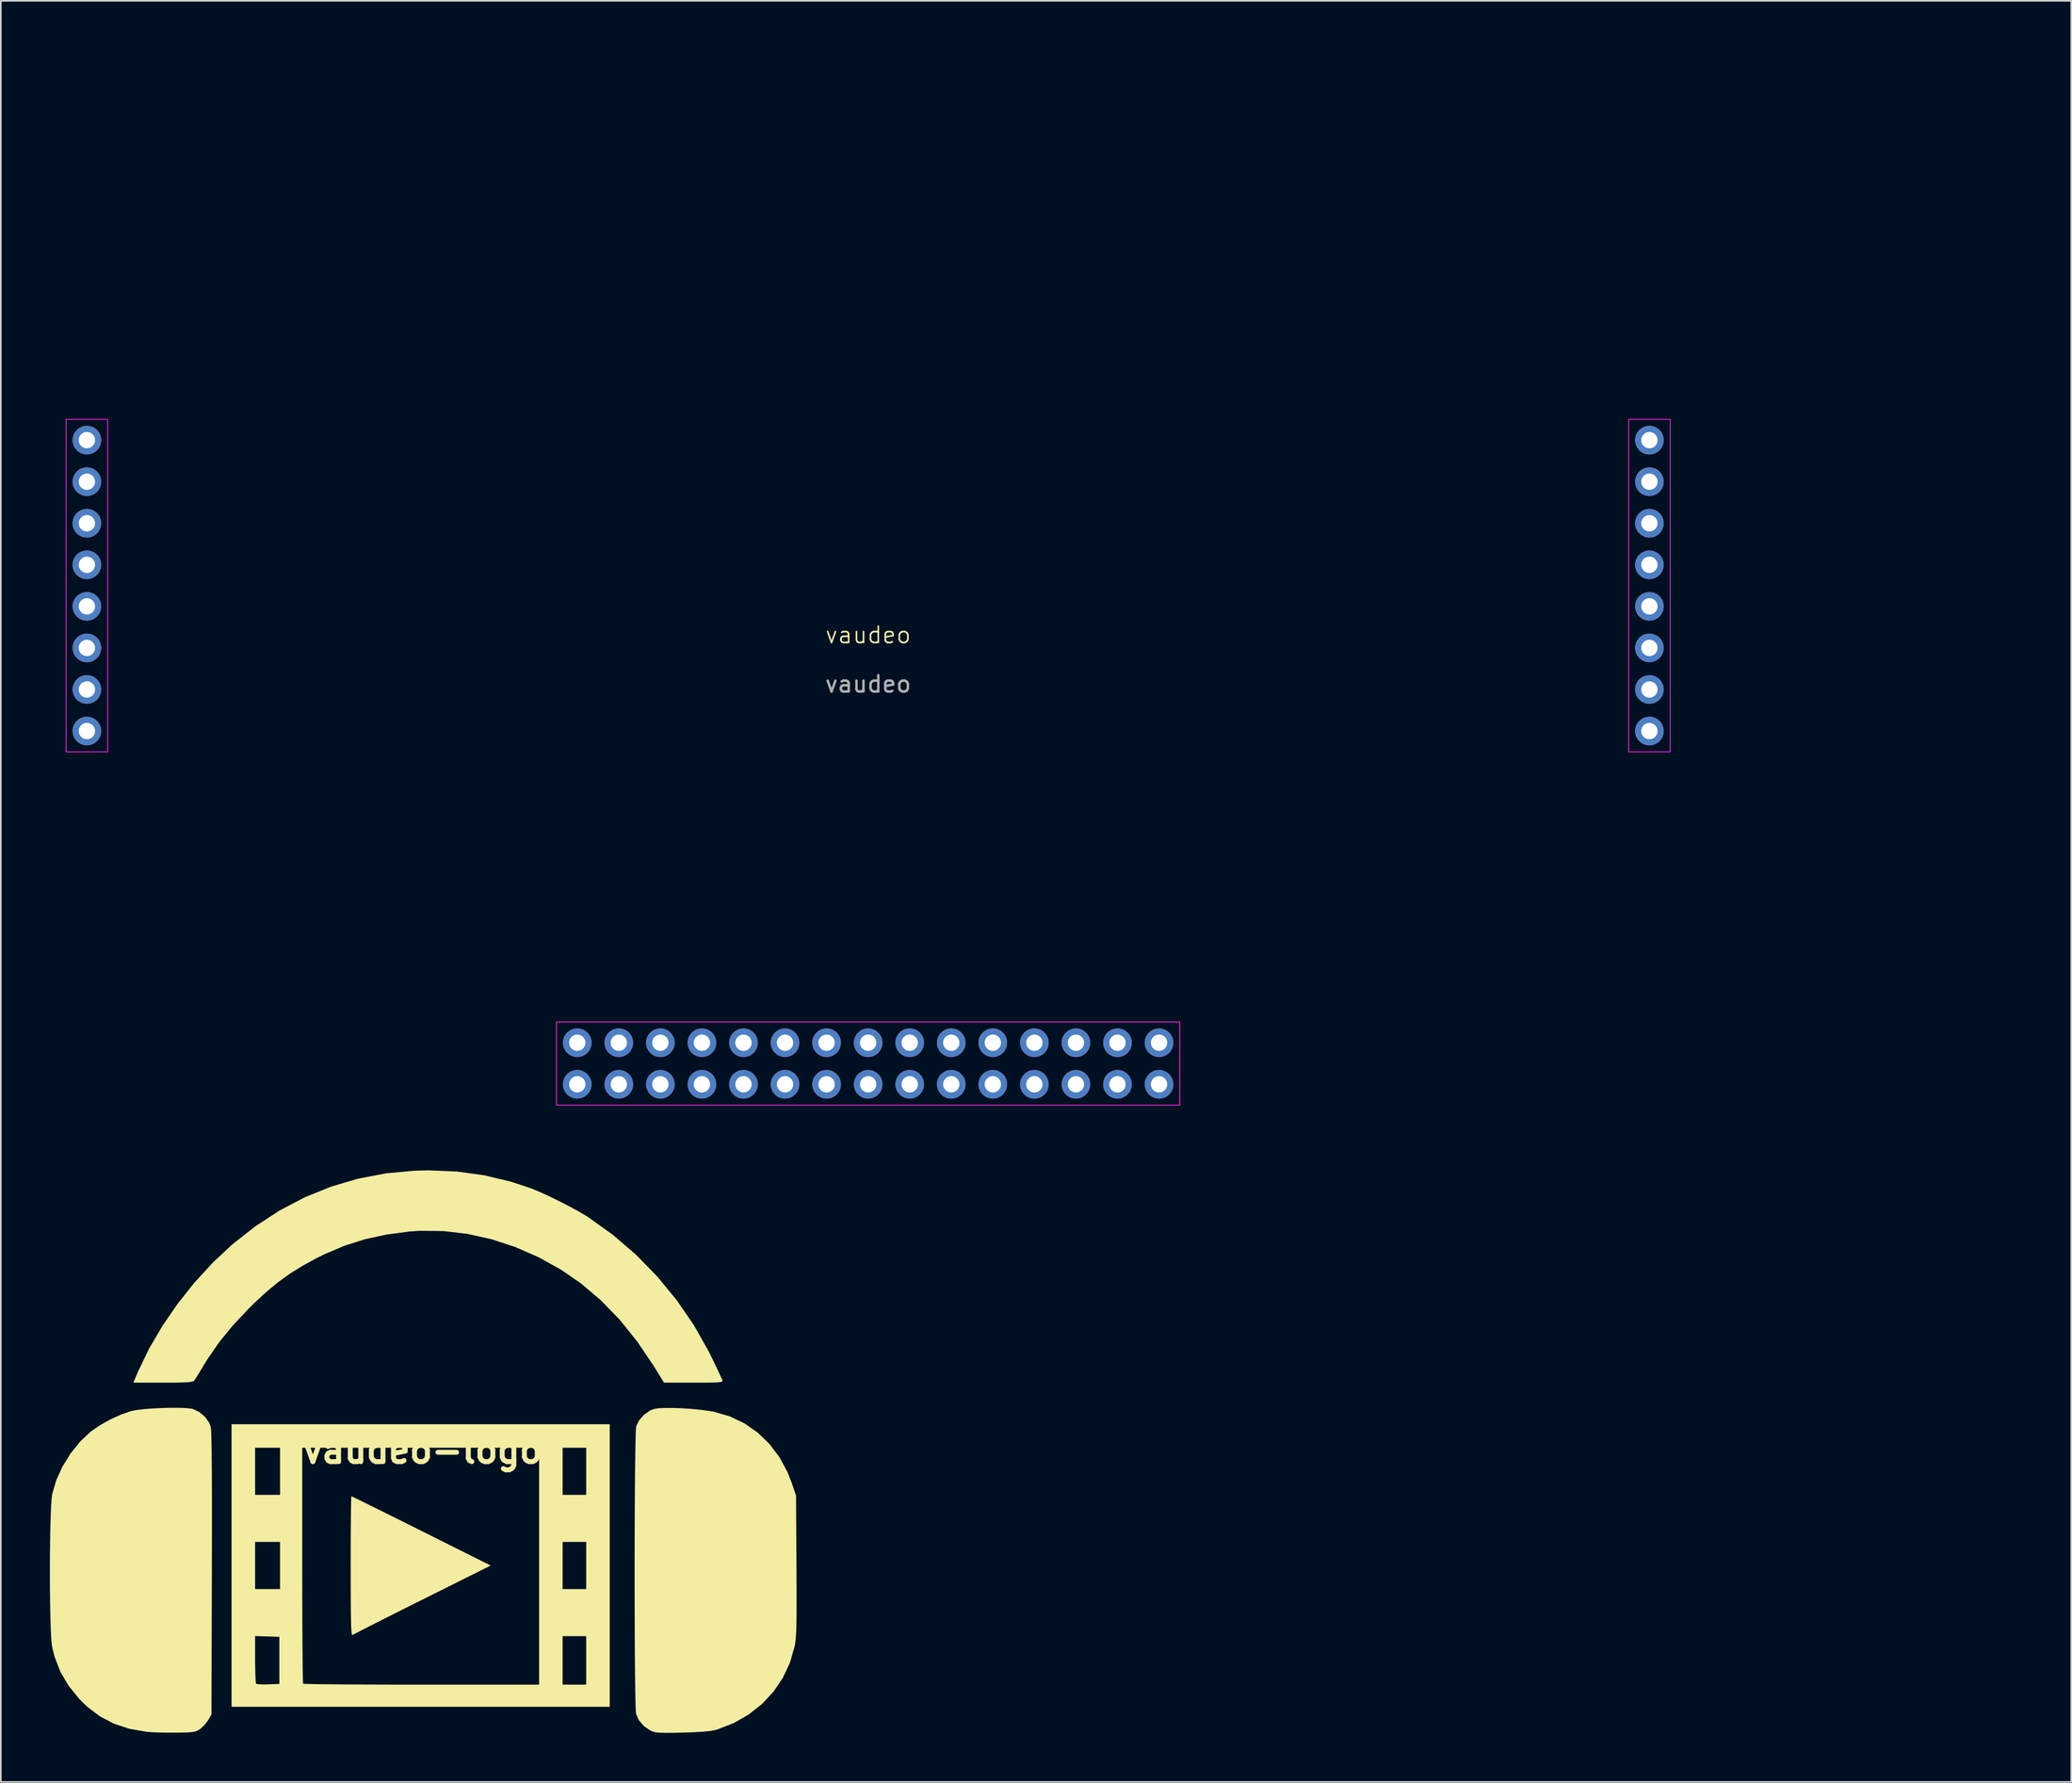
<source format=kicad_pcb>
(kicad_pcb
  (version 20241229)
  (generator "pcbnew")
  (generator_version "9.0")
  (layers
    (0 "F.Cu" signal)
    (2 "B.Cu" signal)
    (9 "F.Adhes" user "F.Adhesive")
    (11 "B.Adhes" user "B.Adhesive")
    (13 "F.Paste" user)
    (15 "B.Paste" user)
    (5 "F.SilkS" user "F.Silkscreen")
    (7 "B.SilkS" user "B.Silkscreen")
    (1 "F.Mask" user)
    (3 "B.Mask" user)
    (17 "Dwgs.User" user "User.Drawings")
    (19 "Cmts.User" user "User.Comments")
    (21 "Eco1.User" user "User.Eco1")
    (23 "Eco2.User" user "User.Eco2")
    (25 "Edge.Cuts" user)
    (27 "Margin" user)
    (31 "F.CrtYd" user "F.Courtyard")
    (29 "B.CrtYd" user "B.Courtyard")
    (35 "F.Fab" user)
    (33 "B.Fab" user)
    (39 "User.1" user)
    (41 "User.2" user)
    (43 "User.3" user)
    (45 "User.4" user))
  (footprint "vaudeo"
    (layer "F.Cu")
    (at 50.013 32.741)
    (property "Reference" "vaudeo" (at 0 3.02 0) (unlocked yes) (layer "F.SilkS") (effects (font (size 1 1) (thickness 0.1))))
    (attr through_hole)
    (fp_rect (start -49.022 -10.16) (end -46.482 10.16) (stroke (width 0.05) (type default)) (fill no) (layer "F.CrtYd"))
    (fp_rect (start -19.05 26.67) (end 19.05 31.75) (stroke (width 0.05) (type default)) (fill no) (layer "F.CrtYd"))
    (fp_rect (start 46.482 -10.16) (end 49.022 10.16) (stroke (width 0.05) (type default)) (fill no) (layer "F.CrtYd"))
    (fp_line (start -49.911 27.559) (end -49.911 -27.559) (stroke (width 0.203) (type default)) (layer "User.1"))
    (fp_line (start -44.831 -32.639) (end 44.831 -32.639) (stroke (width 0.203) (type default)) (layer "User.1"))
    (fp_line (start -44.831 32.639) (end 44.831 32.639) (stroke (width 0.203) (type default)) (layer "User.1"))
    (fp_line (start 49.911 27.559) (end 49.911 -27.559) (stroke (width 0.203) (type default)) (layer "User.1"))
    (fp_line (start 70.485 19.05) (end 70.485 19.05) (stroke (width 0.1) (type default)) (layer "User.1"))
    (fp_arc (start -49.911 -27.559) (mid -48.423102 -31.151102) (end -44.831 -32.639) (stroke (width 0.2032) (type default)) (layer "User.1"))
    (fp_arc (start -44.831 32.639) (mid -48.423102 31.151102) (end -49.911 27.559) (stroke (width 0.2032) (type default)) (layer "User.1"))
    (fp_arc (start 44.831 -32.639) (mid 48.423102 -31.151102) (end 49.911 -27.559) (stroke (width 0.2032) (type default)) (layer "User.1"))
    (fp_arc (start 49.911 27.559) (mid 48.423102 31.151102) (end 44.831 32.639) (stroke (width 0.2032) (type default)) (layer "User.1"))
    (fp_text user "${REFERENCE}" (at 0 6.02 0) (unlocked yes) (layer "F.Fab") (effects (font (size 1 1) (thickness 0.15))))
    (pad "1" thru_hole circle (at -47.752 -8.89) (size 1.75 1.75) (drill 1) (layers "*.Cu" "*.Mask"))
    (pad "2" thru_hole circle (at -47.752 -6.35) (size 1.75 1.75) (drill 1) (layers "*.Cu" "*.Mask"))
    (pad "3" thru_hole circle (at -47.752 -3.81) (size 1.75 1.75) (drill 1) (layers "*.Cu" "*.Mask"))
    (pad "4" thru_hole circle (at -47.752 -1.27) (size 1.75 1.75) (drill 1) (layers "*.Cu" "*.Mask"))
    (pad "5" thru_hole circle (at -47.752 1.27) (size 1.75 1.75) (drill 1) (layers "*.Cu" "*.Mask"))
    (pad "6" thru_hole circle (at -47.752 3.81) (size 1.75 1.75) (drill 1) (layers "*.Cu" "*.Mask"))
    (pad "7" thru_hole circle (at -47.752 6.35) (size 1.75 1.75) (drill 1) (layers "*.Cu" "*.Mask"))
    (pad "8" thru_hole circle (at -47.752 8.89) (size 1.75 1.75) (drill 1) (layers "*.Cu" "*.Mask"))
    (pad "9" thru_hole circle (at -17.78 30.48) (size 1.75 1.75) (drill 1) (layers "*.Cu" "*.Mask"))
    (pad "10" thru_hole circle (at -15.24 30.48) (size 1.75 1.75) (drill 1) (layers "*.Cu" "*.Mask"))
    (pad "11" thru_hole circle (at -12.7 30.48) (size 1.75 1.75) (drill 1) (layers "*.Cu" "*.Mask"))
    (pad "12" thru_hole circle (at -10.16 30.48) (size 1.75 1.75) (drill 1) (layers "*.Cu" "*.Mask"))
    (pad "13" thru_hole circle (at -7.62 30.48) (size 1.75 1.75) (drill 1) (layers "*.Cu" "*.Mask"))
    (pad "14" thru_hole circle (at -5.08 30.48) (size 1.75 1.75) (drill 1) (layers "*.Cu" "*.Mask"))
    (pad "15" thru_hole circle (at -2.54 30.48) (size 1.75 1.75) (drill 1) (layers "*.Cu" "*.Mask"))
    (pad "16" thru_hole circle (at 0 30.48) (size 1.75 1.75) (drill 1) (layers "*.Cu" "*.Mask"))
    (pad "17" thru_hole circle (at 2.54 30.48) (size 1.75 1.75) (drill 1) (layers "*.Cu" "*.Mask"))
    (pad "18" thru_hole circle (at 5.08 30.48) (size 1.75 1.75) (drill 1) (layers "*.Cu" "*.Mask"))
    (pad "19" thru_hole circle (at 7.62 30.48) (size 1.75 1.75) (drill 1) (layers "*.Cu" "*.Mask"))
    (pad "20" thru_hole circle (at 10.16 30.48) (size 1.75 1.75) (drill 1) (layers "*.Cu" "*.Mask"))
    (pad "21" thru_hole circle (at 12.7 30.48) (size 1.75 1.75) (drill 1) (layers "*.Cu" "*.Mask"))
    (pad "22" thru_hole circle (at 15.24 30.48) (size 1.75 1.75) (drill 1) (layers "*.Cu" "*.Mask"))
    (pad "23" thru_hole circle (at 17.78 30.48) (size 1.75 1.75) (drill 1) (layers "*.Cu" "*.Mask"))
    (pad "24" thru_hole circle (at 17.78 27.94) (size 1.75 1.75) (drill 1) (layers "*.Cu" "*.Mask"))
    (pad "25" thru_hole circle (at 15.24 27.94) (size 1.75 1.75) (drill 1) (layers "*.Cu" "*.Mask"))
    (pad "26" thru_hole circle (at 12.7 27.94) (size 1.75 1.75) (drill 1) (layers "*.Cu" "*.Mask"))
    (pad "27" thru_hole circle (at 10.16 27.94) (size 1.75 1.75) (drill 1) (layers "*.Cu" "*.Mask"))
    (pad "28" thru_hole circle (at 7.62 27.94) (size 1.75 1.75) (drill 1) (layers "*.Cu" "*.Mask"))
    (pad "29" thru_hole circle (at 5.08 27.94) (size 1.75 1.75) (drill 1) (layers "*.Cu" "*.Mask"))
    (pad "30" thru_hole circle (at 2.54 27.94) (size 1.75 1.75) (drill 1) (layers "*.Cu" "*.Mask"))
    (pad "31" thru_hole circle (at 0 27.94) (size 1.75 1.75) (drill 1) (layers "*.Cu" "*.Mask"))
    (pad "32" thru_hole circle (at -2.54 27.94) (size 1.75 1.75) (drill 1) (layers "*.Cu" "*.Mask"))
    (pad "33" thru_hole circle (at -5.08 27.94) (size 1.75 1.75) (drill 1) (layers "*.Cu" "*.Mask"))
    (pad "34" thru_hole circle (at -7.62 27.94) (size 1.75 1.75) (drill 1) (layers "*.Cu" "*.Mask"))
    (pad "35" thru_hole circle (at -10.16 27.94) (size 1.75 1.75) (drill 1) (layers "*.Cu" "*.Mask"))
    (pad "36" thru_hole circle (at -12.7 27.94) (size 1.75 1.75) (drill 1) (layers "*.Cu" "*.Mask"))
    (pad "37" thru_hole circle (at -15.24 27.94) (size 1.75 1.75) (drill 1) (layers "*.Cu" "*.Mask"))
    (pad "38" thru_hole circle (at -17.78 27.94) (size 1.75 1.75) (drill 1) (layers "*.Cu" "*.Mask"))
    (pad "39" thru_hole circle (at 47.752 8.89) (size 1.75 1.75) (drill 1) (layers "*.Cu" "*.Mask"))
    (pad "40" thru_hole circle (at 47.752 6.35) (size 1.75 1.75) (drill 1) (layers "*.Cu" "*.Mask"))
    (pad "41" thru_hole circle (at 47.752 3.81) (size 1.75 1.75) (drill 1) (layers "*.Cu" "*.Mask"))
    (pad "42" thru_hole circle (at 47.752 1.27) (size 1.75 1.75) (drill 1) (layers "*.Cu" "*.Mask"))
    (pad "43" thru_hole circle (at 47.752 -1.27) (size 1.75 1.75) (drill 1) (layers "*.Cu" "*.Mask"))
    (pad "44" thru_hole circle (at 47.752 -3.81) (size 1.75 1.75) (drill 1) (layers "*.Cu" "*.Mask"))
    (pad "45" thru_hole circle (at 47.752 -6.35) (size 1.75 1.75) (drill 1) (layers "*.Cu" "*.Mask"))
    (pad "46" thru_hole circle (at 47.752 -8.89) (size 1.75 1.75) (drill 1) (layers "*.Cu" "*.Mask")))
  (footprint "vaudeo-logo"
    (layer "F.Cu")
    (at 22.788 85.605)
    (property "Reference" "vaudeo-logo" (at 0 0 0) (layer "F.SilkS") (effects (font (size 1.5 1.5) (thickness 0.3))))
    (attr board_only exclude_from_pos_files exclude_from_bom)
    (fp_poly (pts (xy -4.278 2.831) (xy -4.059 2.937) (xy -3.716 3.105) (xy -3.263 3.328) (xy -2.713 3.601) (xy -2.081 3.915) (xy -1.379 4.264) (xy -0.622 4.642) (xy -0.082 4.912) (xy 4.153 7.03) (xy -0.019 9.112) (xy -0.803 9.503) (xy -1.542 9.874) (xy -2.223 10.217) (xy -2.832 10.524) (xy -3.354 10.789) (xy -3.775 11.004) (xy -4.081 11.162) (xy -4.258 11.257) (xy -4.297 11.28) (xy -4.321 11.269) (xy -4.342 11.187) (xy -4.359 11.021) (xy -4.373 10.76) (xy -4.384 10.393) (xy -4.392 9.909) (xy -4.397 9.295) (xy -4.401 8.541) (xy -4.402 7.636) (xy -4.403 7.08) (xy -4.402 6.246) (xy -4.4 5.466) (xy -4.396 4.755) (xy -4.391 4.129) (xy -4.385 3.605) (xy -4.378 3.198) (xy -4.37 2.924) (xy -4.362 2.8) (xy -4.36 2.794)) (stroke (width 0) (type solid)) (fill yes) (layer "F.SilkS"))
    (fp_poly (pts (xy -14.504 -2.597) (xy -14.17 -2.565) (xy -14.058 -2.542) (xy -13.66 -2.358) (xy -13.308 -2.059) (xy -13.049 -1.692) (xy -12.961 -1.464) (xy -12.944 -1.341) (xy -12.929 -1.101) (xy -12.916 -0.74) (xy -12.906 -0.252) (xy -12.898 0.368) (xy -12.891 1.124) (xy -12.887 2.023) (xy -12.884 3.07) (xy -12.884 4.269) (xy -12.885 5.626) (xy -12.888 7.146) (xy -12.889 7.508) (xy -12.912 16.129) (xy -13.107 16.469) (xy -13.304 16.737) (xy -13.549 16.975) (xy -13.608 17.019) (xy -13.741 17.103) (xy -13.874 17.162) (xy -14.042 17.2) (xy -14.279 17.223) (xy -14.616 17.236) (xy -15.088 17.243) (xy -15.107 17.243) (xy -15.602 17.243) (xy -16.096 17.234) (xy -16.534 17.217) (xy -16.863 17.193) (xy -16.891 17.19) (xy -17.941 17.004) (xy -18.886 16.69) (xy -19.74 16.242) (xy -20.518 15.652) (xy -21.005 15.171) (xy -21.654 14.367) (xy -22.147 13.522) (xy -22.5 12.609) (xy -22.647 12.029) (xy -22.682 11.769) (xy -22.712 11.362) (xy -22.737 10.83) (xy -22.757 10.195) (xy -22.773 9.479) (xy -22.783 8.704) (xy -22.788 7.892) (xy -22.788 7.065) (xy -22.784 6.245) (xy -22.774 5.454) (xy -22.76 4.714) (xy -22.741 4.048) (xy -22.717 3.477) (xy -22.688 3.023) (xy -22.654 2.709) (xy -22.642 2.642) (xy -22.398 1.809) (xy -22.016 0.973) (xy -21.522 0.174) (xy -20.942 -0.547) (xy -20.302 -1.147) (xy -20.246 -1.191) (xy -19.692 -1.568) (xy -19.052 -1.922) (xy -18.395 -2.218) (xy -17.822 -2.413) (xy -17.51 -2.474) (xy -17.081 -2.526) (xy -16.572 -2.567) (xy -16.022 -2.596) (xy -15.468 -2.612) (xy -14.95 -2.612)) (stroke (width 0) (type solid)) (fill yes) (layer "F.SilkS"))
    (fp_poly (pts (xy 15.333 -2.602) (xy 15.893 -2.58) (xy 16.473 -2.54) (xy 17.037 -2.484) (xy 17.546 -2.414) (xy 17.799 -2.368) (xy 18.768 -2.088) (xy 19.664 -1.66) (xy 20.476 -1.094) (xy 21.193 -0.401) (xy 21.805 0.409) (xy 22.3 1.327) (xy 22.55 1.966) (xy 22.817 2.752) (xy 22.843 7.022) (xy 22.848 8.014) (xy 22.851 8.852) (xy 22.851 9.552) (xy 22.848 10.131) (xy 22.841 10.603) (xy 22.83 10.985) (xy 22.815 11.293) (xy 22.795 11.542) (xy 22.77 11.748) (xy 22.74 11.926) (xy 22.733 11.963) (xy 22.447 12.961) (xy 22.013 13.888) (xy 21.443 14.732) (xy 20.748 15.481) (xy 19.938 16.124) (xy 19.025 16.649) (xy 18.019 17.044) (xy 17.907 17.078) (xy 17.6 17.138) (xy 17.125 17.186) (xy 16.485 17.221) (xy 15.875 17.24) (xy 15.303 17.252) (xy 14.873 17.256) (xy 14.557 17.25) (xy 14.327 17.233) (xy 14.155 17.202) (xy 14.015 17.157) (xy 13.924 17.118) (xy 13.518 16.845) (xy 13.205 16.472) (xy 13.042 16.105) (xy 13.027 15.966) (xy 13.014 15.672) (xy 13.001 15.237) (xy 12.99 14.674) (xy 12.981 13.999) (xy 12.972 13.225) (xy 12.965 12.367) (xy 12.96 11.438) (xy 12.956 10.453) (xy 12.953 9.425) (xy 12.951 8.37) (xy 12.951 7.3) (xy 12.952 6.231) (xy 12.954 5.176) (xy 12.958 4.149) (xy 12.963 3.165) (xy 12.969 2.238) (xy 12.977 1.381) (xy 12.985 0.61) (xy 12.996 -0.063) (xy 13.007 -0.623) (xy 13.02 -1.055) (xy 13.034 -1.346) (xy 13.048 -1.48) (xy 13.229 -1.854) (xy 13.529 -2.192) (xy 13.899 -2.447) (xy 14.142 -2.542) (xy 14.421 -2.584) (xy 14.83 -2.604)) (stroke (width 0) (type solid)) (fill yes) (layer "F.SilkS"))
    (fp_poly (pts (xy 2.105 -17.05) (xy 3.772 -16.819) (xy 5.397 -16.43) (xy 6.582 -16.038) (xy 7.066 -15.842) (xy 7.647 -15.579) (xy 8.276 -15.274) (xy 8.908 -14.951) (xy 9.493 -14.633) (xy 9.986 -14.344) (xy 10.131 -14.252) (xy 11.632 -13.175) (xy 13.039 -11.964) (xy 14.339 -10.631) (xy 15.523 -9.191) (xy 16.576 -7.657) (xy 17.487 -6.042) (xy 17.65 -5.715) (xy 17.859 -5.281) (xy 18.044 -4.892) (xy 18.191 -4.578) (xy 18.287 -4.367) (xy 18.316 -4.297) (xy 18.323 -4.248) (xy 18.291 -4.211) (xy 18.201 -4.185) (xy 18.032 -4.167) (xy 17.763 -4.156) (xy 17.375 -4.151) (xy 16.847 -4.149) (xy 16.557 -4.149) (xy 14.746 -4.149) (xy 14.136 -5.14) (xy 13.13 -6.636) (xy 12.051 -7.981) (xy 10.898 -9.173) (xy 9.669 -10.216) (xy 8.463 -11.047) (xy 7.088 -11.812) (xy 5.664 -12.435) (xy 4.208 -12.913) (xy 2.738 -13.241) (xy 1.269 -13.415) (xy -0.182 -13.43) (xy -0.777 -13.389) (xy -2.2 -13.203) (xy -3.517 -12.918) (xy -4.768 -12.523) (xy -5.992 -12.005) (xy -6.515 -11.745) (xy -7.364 -11.279) (xy -8.123 -10.807) (xy -8.832 -10.296) (xy -9.532 -9.719) (xy -10.264 -9.043) (xy -10.63 -8.682) (xy -11.605 -7.646) (xy -12.442 -6.621) (xy -13.166 -5.572) (xy -13.414 -5.166) (xy -13.613 -4.834) (xy -13.79 -4.548) (xy -13.92 -4.346) (xy -13.971 -4.274) (xy -14.033 -4.231) (xy -14.152 -4.199) (xy -14.349 -4.176) (xy -14.644 -4.161) (xy -15.058 -4.152) (xy -15.613 -4.149) (xy -15.882 -4.149) (xy -17.689 -4.149) (xy -17.39 -4.847) (xy -16.723 -6.231) (xy -15.912 -7.615) (xy -14.979 -8.972) (xy -13.947 -10.27) (xy -12.836 -11.479) (xy -11.671 -12.57) (xy -11.658 -12.581) (xy -10.227 -13.708) (xy -8.741 -14.675) (xy -7.2 -15.482) (xy -5.606 -16.128) (xy -3.958 -16.614) (xy -2.258 -16.939) (xy -0.506 -17.103) (xy 0.381 -17.124)) (stroke (width 0) (type solid)) (fill yes) (layer "F.SilkS"))
    (fp_poly (pts (xy 11.43 7.027) (xy 11.43 15.663) (xy -0.127 15.663) (xy -11.684 15.663) (xy -11.684 11.339) (xy -10.245 11.339) (xy -10.245 12.767) (xy -10.241 13.243) (xy -10.232 13.659) (xy -10.218 13.986) (xy -10.2 14.194) (xy -10.185 14.255) (xy -10.078 14.28) (xy -9.846 14.294) (xy -9.535 14.293) (xy -9.444 14.291) (xy -8.763 14.266) (xy -8.763 12.827) (xy -8.763 11.388) (xy -9.504 11.363) (xy -10.245 11.339) (xy -11.684 11.339) (xy -11.684 7.027) (xy -11.684 5.588) (xy -10.245 5.588) (xy -10.245 7.027) (xy -10.245 8.467) (xy -9.483 8.467) (xy -8.721 8.467) (xy -8.721 7.027) (xy -8.721 5.588) (xy -9.483 5.588) (xy -10.245 5.588) (xy -11.684 5.588) (xy -11.684 -0.169) (xy -10.245 -0.169) (xy -10.245 1.27) (xy -10.245 2.709) (xy -9.483 2.709) (xy -8.721 2.709) (xy -8.721 1.27) (xy -8.721 -0.169) (xy -7.366 -0.169) (xy -7.366 7.013) (xy -7.365 8.101) (xy -7.363 9.141) (xy -7.36 10.119) (xy -7.356 11.023) (xy -7.351 11.842) (xy -7.345 12.561) (xy -7.339 13.17) (xy -7.332 13.656) (xy -7.324 14.005) (xy -7.316 14.206) (xy -7.31 14.252) (xy -7.218 14.261) (xy -6.97 14.269) (xy -6.577 14.277) (xy -6.053 14.284) (xy -5.408 14.29) (xy -4.657 14.296) (xy -3.811 14.3) (xy -2.882 14.304) (xy -1.884 14.307) (xy -0.828 14.308) (xy -0.071 14.309) (xy 7.112 14.309) (xy 7.112 11.345) (xy 8.551 11.345) (xy 8.551 12.827) (xy 8.551 14.309) (xy 9.271 14.309) (xy 9.991 14.309) (xy 9.991 12.827) (xy 9.991 11.345) (xy 9.271 11.345) (xy 8.551 11.345) (xy 7.112 11.345) (xy 7.112 7.07) (xy 7.112 5.588) (xy 8.551 5.588) (xy 8.551 7.027) (xy 8.551 8.467) (xy 9.271 8.467) (xy 9.991 8.467) (xy 9.991 7.027) (xy 9.991 5.588) (xy 9.271 5.588) (xy 8.551 5.588) (xy 7.112 5.588) (xy 7.112 -0.169) (xy 8.551 -0.169) (xy 8.551 1.27) (xy 8.551 2.709) (xy 9.271 2.709) (xy 9.991 2.709) (xy 9.991 1.27) (xy 9.991 -0.169) (xy 9.271 -0.169) (xy 8.551 -0.169) (xy 7.112 -0.169) (xy -0.127 -0.169) (xy -7.366 -0.169) (xy -8.721 -0.169) (xy -9.483 -0.169) (xy -10.245 -0.169) (xy -11.684 -0.169) (xy -11.684 -1.609) (xy -0.127 -1.609) (xy 11.43 -1.609)) (stroke (width 0) (type solid)) (fill yes) (layer "F.SilkS")))
  (gr_rect
    (start -3 -3)
    (end 123.548 105.861)
    (stroke (width 0.1) (type default))
    (fill no)
    (layer "Edge.Cuts")))
</source>
